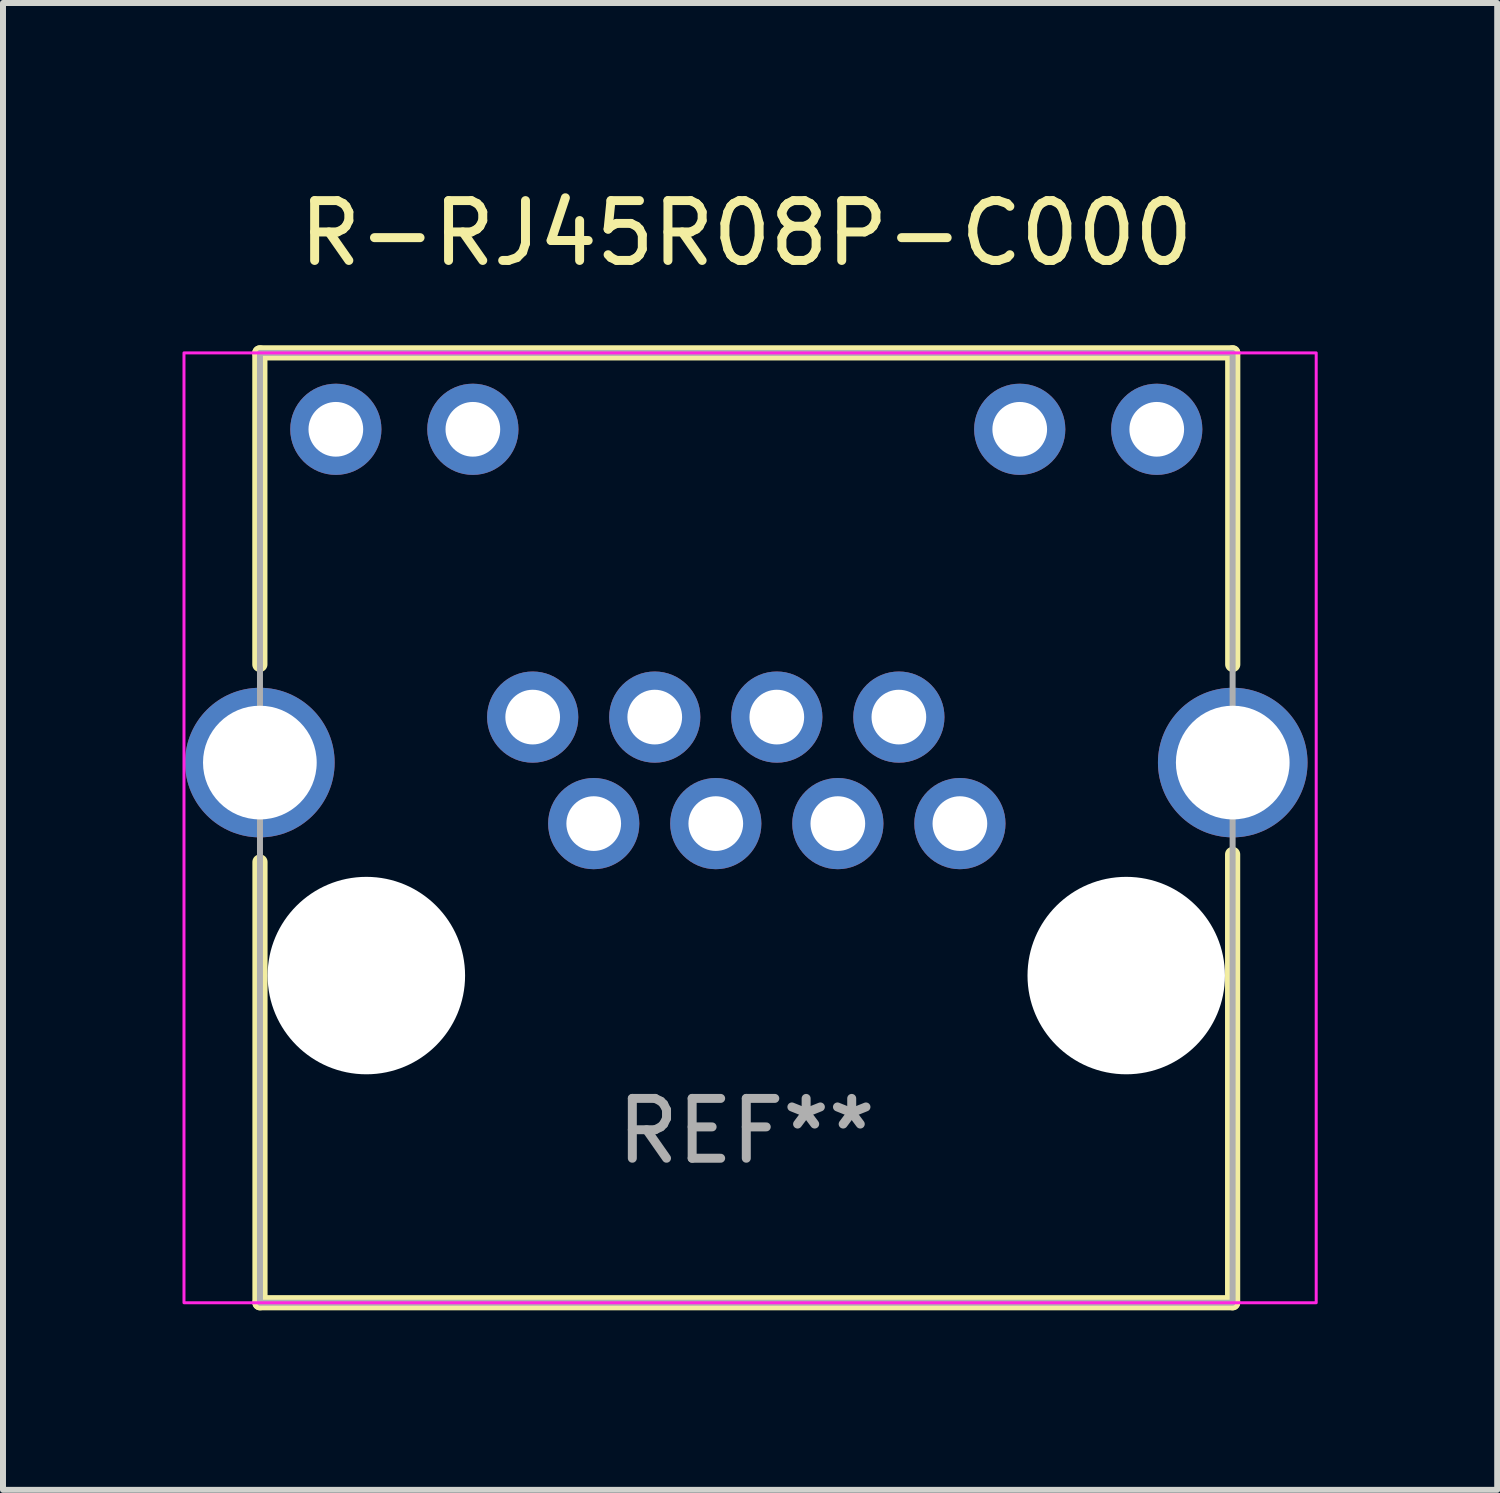
<source format=kicad_pcb>
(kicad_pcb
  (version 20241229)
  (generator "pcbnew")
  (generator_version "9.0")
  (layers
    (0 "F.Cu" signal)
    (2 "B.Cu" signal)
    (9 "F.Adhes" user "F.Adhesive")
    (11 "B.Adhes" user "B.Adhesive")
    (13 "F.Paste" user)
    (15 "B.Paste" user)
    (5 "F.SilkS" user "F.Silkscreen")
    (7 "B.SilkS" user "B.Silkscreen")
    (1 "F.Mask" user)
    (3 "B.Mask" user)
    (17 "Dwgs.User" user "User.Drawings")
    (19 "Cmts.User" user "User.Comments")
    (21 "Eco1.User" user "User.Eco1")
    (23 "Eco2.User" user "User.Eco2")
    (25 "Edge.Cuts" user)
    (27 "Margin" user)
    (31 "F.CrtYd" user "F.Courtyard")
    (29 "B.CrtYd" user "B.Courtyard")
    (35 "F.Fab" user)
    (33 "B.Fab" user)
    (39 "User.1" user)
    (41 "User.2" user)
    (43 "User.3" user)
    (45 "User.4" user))
  (footprint "R-RJ45R08P-C000"
    (layer "F.Cu")
    (at 9.423 7.42)
    (property "Reference" "R-RJ45R08P-C000" (at 0 -6.572 0) (layer "F.SilkS") (effects (font (size 1 1) (thickness 0.15))))
    (attr through_hole)
    (fp_line (start -8.13 -4.572) (end -8.13 0.635) (stroke (width 0.254) (type solid)) (layer "F.SilkS"))
    (fp_line (start -8.128 3.937) (end -8.128 11.303) (stroke (width 0.254) (type solid)) (layer "F.SilkS"))
    (fp_line (start -8.128 11.303) (end 8.128 11.303) (stroke (width 0.254) (type solid)) (layer "F.SilkS"))
    (fp_line (start 8.128 11.303) (end 8.128 3.81) (stroke (width 0.254) (type solid)) (layer "F.SilkS"))
    (fp_line (start 8.13 -4.572) (end -8.13 -4.572) (stroke (width 0.254) (type solid)) (layer "F.SilkS"))
    (fp_line (start 8.13 0.635) (end 8.13 -4.572) (stroke (width 0.254) (type solid)) (layer "F.SilkS"))
    (fp_circle (center 8.13 11.235) (end 8.16 11.235) (stroke (width 0.06) (type solid)) (fill no) (layer "F.SilkS"))
    (fp_rect (start -9.398 -4.572) (end 9.525 11.303) (stroke (width 0.05) (type default)) (fill no) (layer "F.CrtYd"))
    (fp_rect (start -8.128 -4.572) (end 8.128 11.303) (stroke (width 0.1) (type default)) (fill no) (layer "F.Fab"))
    (fp_circle (center -6.35 5.835) (end -5.6 5.835) (stroke (width 1.5) (type solid)) (fill no) (layer "F.Fab"))
    (fp_circle (center 6.35 5.835) (end 7.1 5.835) (stroke (width 1.5) (type solid)) (fill no) (layer "F.Fab"))
    (fp_text user "REF**" (at 0 8.433 0) (layer "F.Fab") (effects (font (size 1 1) (thickness 0.15))))
    (pad "" np_thru_hole circle (at -6.35 5.835) (size 3.3 3.3) (drill 3.3) (layers "*.Cu" "*.Mask"))
    (pad "" np_thru_hole circle (at 6.35 5.835) (size 3.3 3.3) (drill 3.3) (layers "*.Cu" "*.Mask"))
    (pad "1" thru_hole circle (at 3.57 3.295) (size 1.524 1.524) (drill 0.914) (layers "*.Cu" "*.Mask"))
    (pad "2" thru_hole circle (at 2.55 1.515) (size 1.524 1.524) (drill 0.914) (layers "*.Cu" "*.Mask"))
    (pad "3" thru_hole circle (at 1.53 3.295) (size 1.524 1.524) (drill 0.914) (layers "*.Cu" "*.Mask"))
    (pad "4" thru_hole circle (at 0.51 1.515) (size 1.524 1.524) (drill 0.914) (layers "*.Cu" "*.Mask"))
    (pad "5" thru_hole circle (at -0.51 3.295) (size 1.524 1.524) (drill 0.914) (layers "*.Cu" "*.Mask"))
    (pad "6" thru_hole circle (at -1.53 1.515) (size 1.524 1.524) (drill 0.914) (layers "*.Cu" "*.Mask"))
    (pad "7" thru_hole circle (at -2.55 3.295) (size 1.524 1.524) (drill 0.914) (layers "*.Cu" "*.Mask"))
    (pad "8" thru_hole circle (at -3.57 1.515) (size 1.524 1.524) (drill 0.914) (layers "*.Cu" "*.Mask"))
    (pad "9" thru_hole circle (at -6.86 -3.295) (size 1.524 1.524) (drill 0.914) (layers "*.Cu" "*.Mask"))
    (pad "10" thru_hole circle (at -4.57 -3.295) (size 1.524 1.524) (drill 0.914) (layers "*.Cu" "*.Mask"))
    (pad "11" thru_hole circle (at 4.57 -3.295) (size 1.524 1.524) (drill 0.914) (layers "*.Cu" "*.Mask"))
    (pad "12" thru_hole circle (at 6.86 -3.295) (size 1.524 1.524) (drill 0.914) (layers "*.Cu" "*.Mask"))
    (pad "13" thru_hole circle (at 8.13 2.275) (size 2.5 2.5) (drill 1.9) (layers "*.Cu" "*.Mask"))
    (pad "14" thru_hole circle (at -8.13 2.275) (size 2.5 2.5) (drill 1.9) (layers "*.Cu" "*.Mask")))
  (gr_rect
    (start -3 -3)
    (end 21.973 21.85)
    (stroke (width 0.1) (type default))
    (fill no)
    (layer "Edge.Cuts")))
</source>
